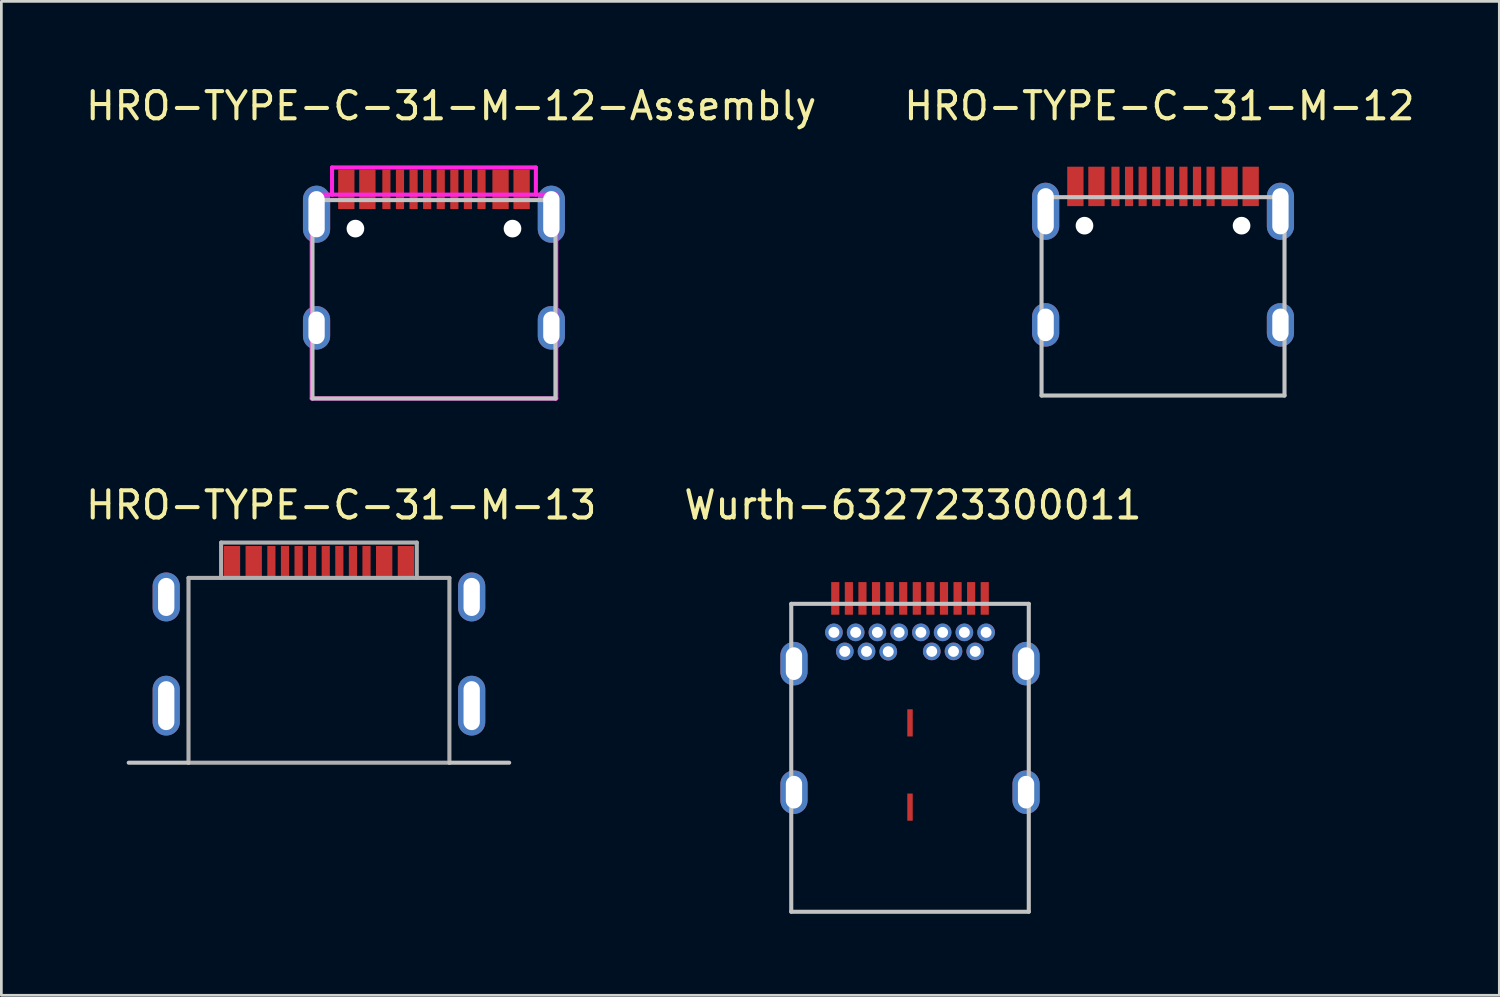
<source format=kicad_pcb>
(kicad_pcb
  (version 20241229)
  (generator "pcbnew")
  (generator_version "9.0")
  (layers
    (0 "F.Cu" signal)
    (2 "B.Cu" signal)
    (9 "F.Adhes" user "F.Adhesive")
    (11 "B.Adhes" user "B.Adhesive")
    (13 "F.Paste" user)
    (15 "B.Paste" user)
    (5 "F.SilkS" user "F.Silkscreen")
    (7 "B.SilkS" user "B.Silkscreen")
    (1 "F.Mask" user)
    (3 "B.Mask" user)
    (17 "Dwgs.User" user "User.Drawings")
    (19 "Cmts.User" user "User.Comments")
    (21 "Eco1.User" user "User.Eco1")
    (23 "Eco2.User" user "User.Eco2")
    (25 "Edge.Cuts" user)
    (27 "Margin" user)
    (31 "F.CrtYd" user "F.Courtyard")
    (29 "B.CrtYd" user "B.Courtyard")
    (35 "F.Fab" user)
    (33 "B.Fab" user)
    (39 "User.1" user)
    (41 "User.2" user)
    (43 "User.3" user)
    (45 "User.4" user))
  (footprint "HRO-TYPE-C-31-M-13"
    (layer "F.Cu")
    (at 8.818 21.538)
    (property "Reference" "HRO-TYPE-C-31-M-13" (at 0.688 -6.002 0) (layer "F.SilkS") (effects (font (size 1 1) (thickness 0.15))))
    (attr through_hole)
    (fp_line (start -4.932 3.477) (end -7.132 3.477) (stroke (width 0.15) (type solid)) (layer "Dwgs.User"))
    (fp_line (start 6.868 3.477) (end 4.668 3.477) (stroke (width 0.15) (type solid)) (layer "Dwgs.User"))
    (fp_line (start -4.932 -3.323) (end -4.932 3.477) (stroke (width 0.15) (type solid)) (layer "F.Fab"))
    (fp_line (start -3.732 -4.623) (end 3.468 -4.623) (stroke (width 0.15) (type solid)) (layer "F.Fab"))
    (fp_line (start -3.732 -3.323) (end -3.732 -4.623) (stroke (width 0.15) (type solid)) (layer "F.Fab"))
    (fp_line (start 3.468 -4.623) (end 3.468 -3.323) (stroke (width 0.15) (type solid)) (layer "F.Fab"))
    (fp_line (start 4.668 -3.323) (end -4.932 -3.323) (stroke (width 0.15) (type solid)) (layer "F.Fab"))
    (fp_line (start 4.668 -3.323) (end 4.668 3.477) (stroke (width 0.15) (type solid)) (layer "F.Fab"))
    (fp_line (start 4.668 3.477) (end -4.932 3.477) (stroke (width 0.15) (type solid)) (layer "F.Fab"))
    (pad "1" smd rect (at -3.332 -3.923) (size 0.6 1.15) (layers "F.Cu" "F.Mask" "F.Paste"))
    (pad "2" smd rect (at -2.532 -3.923) (size 0.6 1.15) (layers "F.Cu" "F.Mask" "F.Paste"))
    (pad "3" smd rect (at -1.882 -3.923) (size 0.3 1.15) (layers "F.Cu" "F.Mask" "F.Paste"))
    (pad "4" smd rect (at -1.382 -3.923) (size 0.3 1.15) (layers "F.Cu" "F.Mask" "F.Paste"))
    (pad "5" smd rect (at -0.882 -3.923) (size 0.3 1.15) (layers "F.Cu" "F.Mask" "F.Paste"))
    (pad "6" smd rect (at -0.382 -3.923) (size 0.3 1.15) (layers "F.Cu" "F.Mask" "F.Paste"))
    (pad "7" smd rect (at 0.118 -3.923) (size 0.3 1.15) (layers "F.Cu" "F.Mask" "F.Paste"))
    (pad "8" smd rect (at 0.618 -3.923) (size 0.3 1.15) (layers "F.Cu" "F.Mask" "F.Paste"))
    (pad "9" smd rect (at 1.118 -3.923) (size 0.3 1.15) (layers "F.Cu" "F.Mask" "F.Paste"))
    (pad "10" smd rect (at 1.618 -3.923) (size 0.3 1.15) (layers "F.Cu" "F.Mask" "F.Paste"))
    (pad "11" smd rect (at 2.268 -3.923) (size 0.6 1.15) (layers "F.Cu" "F.Mask" "F.Paste"))
    (pad "12" smd rect (at 3.068 -3.923) (size 0.6 1.15) (layers "F.Cu" "F.Mask" "F.Paste"))
    (pad "13" thru_hole oval (at -5.752 -2.623) (size 1 1.8) (drill oval 0.6 1.4) (layers "*.Cu" "*.Mask"))
    (pad "13" thru_hole oval (at -5.752 1.377) (size 1 2.2) (drill oval 0.6 1.8) (layers "*.Cu" "*.Mask"))
    (pad "13" thru_hole oval (at 5.488 -2.623) (size 1 1.8) (drill oval 0.6 1.4) (layers "*.Cu" "*.Mask"))
    (pad "13" thru_hole oval (at 5.488 1.377) (size 1 2.2) (drill oval 0.6 1.8) (layers "*.Cu" "*.Mask")))
  (footprint "HRO-TYPE-C-31-M-12-Assembly"
    (layer "F.Cu")
    (at 12.644 7.848)
    (property "Reference" "HRO-TYPE-C-31-M-12-Assembly" (at 0.909 -7 0) (layer "F.SilkS") (effects (font (size 1 1) (thickness 0.15))))
    (attr through_hole)
    (fp_line (start -4.196 -3.536) (end 4.744 -3.536) (stroke (width 0.15) (type solid)) (layer "Dwgs.User"))
    (fp_line (start -4.196 3.764) (end -4.196 -3.536) (stroke (width 0.15) (type solid)) (layer "Dwgs.User"))
    (fp_line (start -4.196 3.764) (end 4.744 3.764) (stroke (width 0.15) (type solid)) (layer "Dwgs.User"))
    (fp_line (start 4.744 3.764) (end 4.744 -3.536) (stroke (width 0.15) (type solid)) (layer "Dwgs.User"))
    (fp_line (start -4.226 -3.736) (end 4.774 -3.736) (stroke (width 0.15) (type solid)) (layer "F.CrtYd"))
    (fp_line (start -4.226 3.764) (end -4.226 -3.736) (stroke (width 0.15) (type solid)) (layer "F.CrtYd"))
    (fp_line (start -3.476 -4.736) (end 4.024 -4.736) (stroke (width 0.15) (type solid)) (layer "F.CrtYd"))
    (fp_line (start -3.476 -3.736) (end -3.476 -4.736) (stroke (width 0.15) (type solid)) (layer "F.CrtYd"))
    (fp_line (start 4.024 -4.736) (end 4.024 -3.736) (stroke (width 0.15) (type solid)) (layer "F.CrtYd"))
    (fp_line (start 4.774 -3.736) (end 4.774 3.764) (stroke (width 0.15) (type solid)) (layer "F.CrtYd"))
    (fp_line (start 4.774 3.764) (end -4.226 3.764) (stroke (width 0.15) (type solid)) (layer "F.CrtYd"))
    (pad "" np_thru_hole circle (at -2.616 -2.486) (size 0.65 0.65) (drill 0.65) (layers "*.Cu" "*.Mask"))
    (pad "" np_thru_hole circle (at 3.164 -2.486) (size 0.65 0.65) (drill 0.65) (layers "*.Cu" "*.Mask"))
    (pad "1" smd rect (at -2.951 -3.931) (size 0.6 1.45) (layers "F.Cu" "F.Mask" "F.Paste"))
    (pad "2" smd rect (at -2.176 -3.931) (size 0.6 1.45) (layers "F.Cu" "F.Mask" "F.Paste"))
    (pad "3" smd rect (at -1.476 -3.931) (size 0.3 1.45) (layers "F.Cu" "F.Mask" "F.Paste"))
    (pad "4" smd rect (at -0.976 -3.931) (size 0.3 1.45) (layers "F.Cu" "F.Mask" "F.Paste"))
    (pad "5" smd rect (at -0.476 -3.931) (size 0.3 1.45) (layers "F.Cu" "F.Mask" "F.Paste"))
    (pad "6" smd rect (at 0.024 -3.931) (size 0.3 1.45) (layers "F.Cu" "F.Mask" "F.Paste"))
    (pad "7" smd rect (at 0.524 -3.931) (size 0.3 1.45) (layers "F.Cu" "F.Mask" "F.Paste"))
    (pad "8" smd rect (at 1.024 -3.931) (size 0.3 1.45) (layers "F.Cu" "F.Mask" "F.Paste"))
    (pad "9" smd rect (at 1.524 -3.931) (size 0.3 1.45) (layers "F.Cu" "F.Mask" "F.Paste"))
    (pad "10" smd rect (at 2.024 -3.931) (size 0.3 1.45) (layers "F.Cu" "F.Mask" "F.Paste"))
    (pad "11" smd rect (at 2.724 -3.931) (size 0.6 1.45) (layers "F.Cu" "F.Mask" "F.Paste"))
    (pad "12" smd rect (at 3.499 -3.931) (size 0.6 1.45) (layers "F.Cu" "F.Mask" "F.Paste"))
    (pad "13" thru_hole oval (at -4.046 -3.016) (size 1 2.1) (drill oval 0.6 1.7) (layers "*.Cu" "*.Mask"))
    (pad "13" thru_hole oval (at -4.046 1.164) (size 1 1.6) (drill oval 0.6 1.2) (layers "*.Cu" "*.Mask"))
    (pad "13" thru_hole oval (at 4.594 -3.016) (size 1 2.1) (drill oval 0.6 1.7) (layers "*.Cu" "*.Mask"))
    (pad "13" thru_hole oval (at 4.594 1.164) (size 1 1.6) (drill oval 0.6 1.2) (layers "*.Cu" "*.Mask")))
  (footprint "Wurth-632723300011"
    (layer "F.Cu")
    (at 30.27 25.066)
    (property "Reference" "Wurth-632723300011" (at 0.272 -9.53 0) (layer "F.SilkS") (effects (font (size 1 1) (thickness 0.15))))
    (attr through_hole)
    (fp_line (start -4.205 -5.897) (end 4.535 -5.897) (stroke (width 0.15) (type solid)) (layer "Dwgs.User"))
    (fp_line (start -4.205 5.433) (end -4.205 -5.897) (stroke (width 0.15) (type solid)) (layer "Dwgs.User"))
    (fp_line (start -4.205 5.433) (end 4.535 5.433) (stroke (width 0.15) (type solid)) (layer "Dwgs.User"))
    (fp_line (start 4.535 5.433) (end 4.535 -5.897) (stroke (width 0.15) (type solid)) (layer "Dwgs.User"))
    (pad "1" smd rect (at -2.585 -6.097) (size 0.3 1.2) (layers "F.Cu" "F.Mask" "F.Paste"))
    (pad "2" smd rect (at -2.085 -6.097) (size 0.3 1.2) (layers "F.Cu" "F.Mask" "F.Paste"))
    (pad "3" smd rect (at -1.585 -6.097) (size 0.3 1.2) (layers "F.Cu" "F.Mask" "F.Paste"))
    (pad "4" smd rect (at -1.085 -6.097) (size 0.3 1.2) (layers "F.Cu" "F.Mask" "F.Paste"))
    (pad "5" smd rect (at -0.585 -6.097) (size 0.3 1.2) (layers "F.Cu" "F.Mask" "F.Paste"))
    (pad "6" smd rect (at -0.085 -6.097) (size 0.3 1.2) (layers "F.Cu" "F.Mask" "F.Paste"))
    (pad "7" smd rect (at 0.415 -6.097) (size 0.3 1.2) (layers "F.Cu" "F.Mask" "F.Paste"))
    (pad "8" smd rect (at 0.915 -6.097) (size 0.3 1.2) (layers "F.Cu" "F.Mask" "F.Paste"))
    (pad "9" smd rect (at 1.415 -6.097) (size 0.3 1.2) (layers "F.Cu" "F.Mask" "F.Paste"))
    (pad "10" smd rect (at 1.915 -6.097) (size 0.3 1.2) (layers "F.Cu" "F.Mask" "F.Paste"))
    (pad "11" smd rect (at 2.415 -6.097) (size 0.3 1.2) (layers "F.Cu" "F.Mask" "F.Paste"))
    (pad "12" smd rect (at 2.915 -6.097) (size 0.3 1.2) (layers "F.Cu" "F.Mask" "F.Paste"))
    (pad "13" thru_hole circle (at 2.965 -4.847) (size 0.65 0.65) (drill 0.4) (layers "*.Cu" "B.Mask"))
    (pad "14" thru_hole circle (at 2.565 -4.147) (size 0.65 0.65) (drill 0.4) (layers "*.Cu" "B.Mask"))
    (pad "15" thru_hole circle (at 1.765 -4.147) (size 0.65 0.65) (drill 0.4) (layers "*.Cu" "B.Mask"))
    (pad "16" thru_hole circle (at 1.365 -4.847) (size 0.65 0.65) (drill 0.4) (layers "*.Cu" "B.Mask"))
    (pad "17" thru_hole circle (at 0.965 -4.147) (size 0.65 0.65) (drill 0.4) (layers "*.Cu" "B.Mask"))
    (pad "18" thru_hole circle (at 0.565 -4.847) (size 0.65 0.65) (drill 0.4) (layers "*.Cu" "B.Mask"))
    (pad "19" thru_hole circle (at -0.235 -4.847) (size 0.65 0.65) (drill 0.4) (layers "*.Cu" "B.Mask"))
    (pad "20" thru_hole circle (at -0.635 -4.137) (size 0.65 0.65) (drill 0.4) (layers "*.Cu" "B.Mask"))
    (pad "21" thru_hole circle (at -1.035 -4.847) (size 0.65 0.65) (drill 0.4) (layers "*.Cu" "B.Mask"))
    (pad "22" thru_hole circle (at -1.435 -4.147) (size 0.65 0.65) (drill 0.4) (layers "*.Cu" "B.Mask"))
    (pad "23" thru_hole circle (at -2.235 -4.147) (size 0.65 0.65) (drill 0.4) (layers "*.Cu" "B.Mask"))
    (pad "24" thru_hole circle (at -2.635 -4.847) (size 0.65 0.65) (drill 0.4) (layers "*.Cu" "B.Mask"))
    (pad "25" thru_hole circle (at -1.835 -4.847) (size 0.65 0.65) (drill 0.4) (layers "*.Cu" "B.Mask"))
    (pad "25" thru_hole circle (at 2.165 -4.847) (size 0.65 0.65) (drill 0.4) (layers "*.Cu" "B.Mask"))
    (pad "26" thru_hole oval (at -4.105 -3.697) (size 1 1.6) (drill oval 0.6 1.2) (layers "*.Cu" "B.Mask"))
    (pad "26" thru_hole oval (at -4.105 1.033) (size 1 1.6) (drill oval 0.6 1.2) (layers "*.Cu" "B.Mask"))
    (pad "26" thru_hole oval (at 4.435 -3.697) (size 1 1.6) (drill oval 0.6 1.2) (layers "*.Cu" "B.Mask"))
    (pad "26" thru_hole oval (at 4.435 1.033) (size 1 1.6) (drill oval 0.6 1.2) (layers "*.Cu" "B.Mask"))
    (pad "27" smd rect (at 0.165 -1.517) (size 0.2 1) (layers "F.Cu" "F.Mask" "F.Paste"))
    (pad "27" smd rect (at 0.165 1.583) (size 0.2 1) (layers "F.Cu" "F.Mask" "F.Paste")))
  (footprint "HRO-TYPE-C-31-M-12"
    (layer "F.Cu")
    (at 38.658 7.356)
    (property "Reference" "HRO-TYPE-C-31-M-12" (at 0.955 -6.507 0) (layer "F.SilkS") (effects (font (size 1 1) (thickness 0.15))))
    (attr through_hole)
    (fp_line (start -3.383 -3.152) (end 5.557 -3.152) (stroke (width 0.15) (type solid)) (layer "Dwgs.User"))
    (fp_line (start -3.383 4.148) (end -3.383 -3.152) (stroke (width 0.15) (type solid)) (layer "Dwgs.User"))
    (fp_line (start -3.383 4.148) (end 5.557 4.148) (stroke (width 0.15) (type solid)) (layer "Dwgs.User"))
    (fp_line (start 5.557 4.148) (end 5.557 -3.152) (stroke (width 0.15) (type solid)) (layer "Dwgs.User"))
    (pad "" np_thru_hole circle (at -1.803 -2.102) (size 0.65 0.65) (drill 0.65) (layers "*.Cu" "*.Mask"))
    (pad "" np_thru_hole circle (at 3.977 -2.102) (size 0.65 0.65) (drill 0.65) (layers "*.Cu" "*.Mask"))
    (pad "1" smd rect (at -2.138 -3.547) (size 0.6 1.45) (layers "F.Cu" "F.Mask" "F.Paste"))
    (pad "2" smd rect (at -1.363 -3.547) (size 0.6 1.45) (layers "F.Cu" "F.Mask" "F.Paste"))
    (pad "3" smd rect (at -0.663 -3.547) (size 0.3 1.45) (layers "F.Cu" "F.Mask" "F.Paste"))
    (pad "4" smd rect (at -0.163 -3.547) (size 0.3 1.45) (layers "F.Cu" "F.Mask" "F.Paste"))
    (pad "5" smd rect (at 0.337 -3.547) (size 0.3 1.45) (layers "F.Cu" "F.Mask" "F.Paste"))
    (pad "6" smd rect (at 0.837 -3.547) (size 0.3 1.45) (layers "F.Cu" "F.Mask" "F.Paste"))
    (pad "7" smd rect (at 1.337 -3.547) (size 0.3 1.45) (layers "F.Cu" "F.Mask" "F.Paste"))
    (pad "8" smd rect (at 1.837 -3.547) (size 0.3 1.45) (layers "F.Cu" "F.Mask" "F.Paste"))
    (pad "9" smd rect (at 2.337 -3.547) (size 0.3 1.45) (layers "F.Cu" "F.Mask" "F.Paste"))
    (pad "10" smd rect (at 2.837 -3.547) (size 0.3 1.45) (layers "F.Cu" "F.Mask" "F.Paste"))
    (pad "11" smd rect (at 3.537 -3.547) (size 0.6 1.45) (layers "F.Cu" "F.Mask" "F.Paste"))
    (pad "12" smd rect (at 4.312 -3.547) (size 0.6 1.45) (layers "F.Cu" "F.Mask" "F.Paste"))
    (pad "13" thru_hole oval (at -3.233 -2.632) (size 1 2.1) (drill oval 0.6 1.7) (layers "*.Cu" "B.Mask"))
    (pad "13" thru_hole oval (at -3.233 1.548) (size 1 1.6) (drill oval 0.6 1.2) (layers "*.Cu" "B.Mask"))
    (pad "13" thru_hole oval (at 5.407 -2.632) (size 1 2.1) (drill oval 0.6 1.7) (layers "*.Cu" "B.Mask"))
    (pad "13" thru_hole oval (at 5.407 1.548) (size 1 1.6) (drill oval 0.6 1.2) (layers "*.Cu" "B.Mask")))
  (gr_rect
    (start -3 -3)
    (end 52.119 33.574)
    (stroke (width 0.1) (type default))
    (fill no)
    (layer "Edge.Cuts")))
</source>
